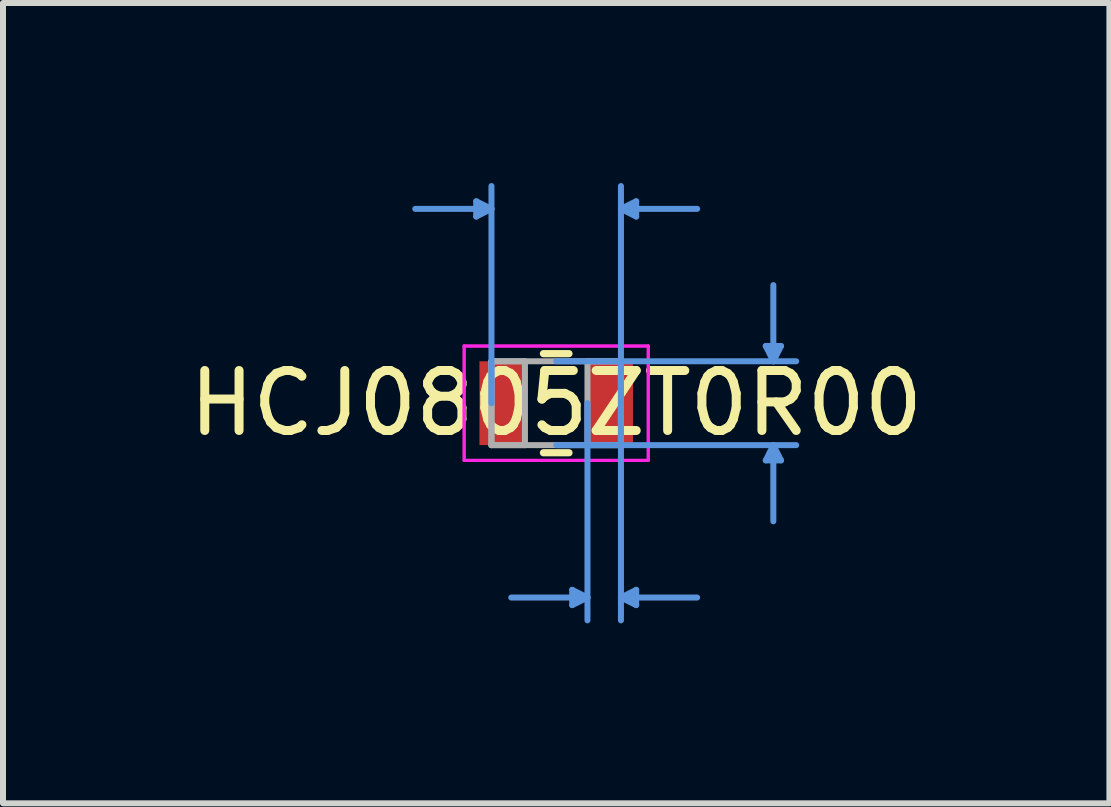
<source format=kicad_pcb>
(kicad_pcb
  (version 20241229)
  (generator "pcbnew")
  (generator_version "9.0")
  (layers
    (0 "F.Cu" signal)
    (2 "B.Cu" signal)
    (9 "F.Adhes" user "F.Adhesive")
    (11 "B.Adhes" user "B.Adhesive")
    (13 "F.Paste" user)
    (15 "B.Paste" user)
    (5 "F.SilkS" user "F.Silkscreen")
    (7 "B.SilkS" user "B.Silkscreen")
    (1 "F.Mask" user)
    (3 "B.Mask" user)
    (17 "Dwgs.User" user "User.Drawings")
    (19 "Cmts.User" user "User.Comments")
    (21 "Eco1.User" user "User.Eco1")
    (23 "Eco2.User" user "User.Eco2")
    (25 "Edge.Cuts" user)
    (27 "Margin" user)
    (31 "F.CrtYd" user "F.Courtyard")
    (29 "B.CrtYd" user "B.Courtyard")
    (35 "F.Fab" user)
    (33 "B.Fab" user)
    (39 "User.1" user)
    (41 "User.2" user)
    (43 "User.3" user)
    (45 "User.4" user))
  (footprint "HCJ0805ZT0R00"
    (layer "F.Cu")
    (at 6.22 3.67)
    (property "Reference" "HCJ0805ZT0R00" (at 0 0 0) (layer "F.SilkS") (effects (font (size 1 1) (thickness 0.15))))
    (attr through_hole)
    (fp_line (start -0.213 0.826) (end 0.213 0.826) (stroke (width 0.12) (type solid)) (layer "F.SilkS"))
    (fp_line (start 0.213 -0.826) (end -0.213 -0.826) (stroke (width 0.12) (type solid)) (layer "F.SilkS"))
    (fp_line (start -1.333 -3.365) (end -1.333 -3.111) (stroke (width 0.1) (type solid)) (layer "Cmts.User"))
    (fp_line (start -1.079 -3.239) (end -2.349 -3.239) (stroke (width 0.1) (type solid)) (layer "Cmts.User"))
    (fp_line (start -1.079 -3.239) (end -1.333 -3.365) (stroke (width 0.1) (type solid)) (layer "Cmts.User"))
    (fp_line (start -1.079 -3.239) (end -1.333 -3.111) (stroke (width 0.1) (type solid)) (layer "Cmts.User"))
    (fp_line (start -1.079 0) (end -1.079 -3.619) (stroke (width 0.1) (type solid)) (layer "Cmts.User"))
    (fp_line (start 0 -0.699) (end 4 -0.699) (stroke (width 0.1) (type solid)) (layer "Cmts.User"))
    (fp_line (start 0 0.699) (end 4 0.699) (stroke (width 0.1) (type solid)) (layer "Cmts.User"))
    (fp_line (start 0.267 3.111) (end 0.267 3.365) (stroke (width 0.1) (type solid)) (layer "Cmts.User"))
    (fp_line (start 0.521 0) (end 0.521 3.619) (stroke (width 0.1) (type solid)) (layer "Cmts.User"))
    (fp_line (start 0.521 3.239) (end -0.749 3.239) (stroke (width 0.1) (type solid)) (layer "Cmts.User"))
    (fp_line (start 0.521 3.239) (end 0.267 3.111) (stroke (width 0.1) (type solid)) (layer "Cmts.User"))
    (fp_line (start 0.521 3.239) (end 0.267 3.365) (stroke (width 0.1) (type solid)) (layer "Cmts.User"))
    (fp_line (start 1.079 -3.239) (end 1.333 -3.365) (stroke (width 0.1) (type solid)) (layer "Cmts.User"))
    (fp_line (start 1.079 -3.239) (end 1.333 -3.111) (stroke (width 0.1) (type solid)) (layer "Cmts.User"))
    (fp_line (start 1.079 -3.239) (end 2.349 -3.239) (stroke (width 0.1) (type solid)) (layer "Cmts.User"))
    (fp_line (start 1.079 0) (end 1.079 -3.619) (stroke (width 0.1) (type solid)) (layer "Cmts.User"))
    (fp_line (start 1.079 0) (end 1.079 3.619) (stroke (width 0.1) (type solid)) (layer "Cmts.User"))
    (fp_line (start 1.079 3.239) (end 1.333 3.111) (stroke (width 0.1) (type solid)) (layer "Cmts.User"))
    (fp_line (start 1.079 3.239) (end 1.333 3.365) (stroke (width 0.1) (type solid)) (layer "Cmts.User"))
    (fp_line (start 1.079 3.239) (end 2.349 3.239) (stroke (width 0.1) (type solid)) (layer "Cmts.User"))
    (fp_line (start 1.333 -3.365) (end 1.333 -3.111) (stroke (width 0.1) (type solid)) (layer "Cmts.User"))
    (fp_line (start 1.333 3.111) (end 1.333 3.365) (stroke (width 0.1) (type solid)) (layer "Cmts.User"))
    (fp_line (start 3.493 -0.953) (end 3.747 -0.953) (stroke (width 0.1) (type solid)) (layer "Cmts.User"))
    (fp_line (start 3.493 0.953) (end 3.747 0.953) (stroke (width 0.1) (type solid)) (layer "Cmts.User"))
    (fp_line (start 3.619 -0.699) (end 3.493 -0.953) (stroke (width 0.1) (type solid)) (layer "Cmts.User"))
    (fp_line (start 3.619 -0.699) (end 3.619 -1.968) (stroke (width 0.1) (type solid)) (layer "Cmts.User"))
    (fp_line (start 3.619 -0.699) (end 3.747 -0.953) (stroke (width 0.1) (type solid)) (layer "Cmts.User"))
    (fp_line (start 3.619 0.699) (end 3.493 0.953) (stroke (width 0.1) (type solid)) (layer "Cmts.User"))
    (fp_line (start 3.619 0.699) (end 3.619 1.968) (stroke (width 0.1) (type solid)) (layer "Cmts.User"))
    (fp_line (start 3.619 0.699) (end 3.747 0.953) (stroke (width 0.1) (type solid)) (layer "Cmts.User"))
    (fp_line (start -1.534 -0.953) (end 1.534 -0.953) (stroke (width 0.05) (type solid)) (layer "F.CrtYd"))
    (fp_line (start -1.534 -0.953) (end 1.534 -0.953) (stroke (width 0.05) (type solid)) (layer "F.CrtYd"))
    (fp_line (start -1.534 0.953) (end -1.534 -0.953) (stroke (width 0.05) (type solid)) (layer "F.CrtYd"))
    (fp_line (start -1.534 0.953) (end -1.534 -0.953) (stroke (width 0.05) (type solid)) (layer "F.CrtYd"))
    (fp_line (start 1.534 -0.953) (end 1.534 0.953) (stroke (width 0.05) (type solid)) (layer "F.CrtYd"))
    (fp_line (start 1.534 -0.953) (end 1.534 0.953) (stroke (width 0.05) (type solid)) (layer "F.CrtYd"))
    (fp_line (start 1.534 0.953) (end -1.534 0.953) (stroke (width 0.05) (type solid)) (layer "F.CrtYd"))
    (fp_line (start 1.534 0.953) (end -1.534 0.953) (stroke (width 0.05) (type solid)) (layer "F.CrtYd"))
    (fp_line (start -1.079 -0.699) (end -1.079 0.699) (stroke (width 0.1) (type solid)) (layer "F.Fab"))
    (fp_line (start -1.079 -0.699) (end -1.079 0.699) (stroke (width 0.1) (type solid)) (layer "F.Fab"))
    (fp_line (start -1.079 0.699) (end -0.521 0.699) (stroke (width 0.1) (type solid)) (layer "F.Fab"))
    (fp_line (start -1.079 0.699) (end 1.079 0.699) (stroke (width 0.1) (type solid)) (layer "F.Fab"))
    (fp_line (start -0.521 -0.699) (end -1.079 -0.699) (stroke (width 0.1) (type solid)) (layer "F.Fab"))
    (fp_line (start -0.521 0.699) (end -0.521 -0.699) (stroke (width 0.1) (type solid)) (layer "F.Fab"))
    (fp_line (start 0.521 -0.699) (end 0.521 0.699) (stroke (width 0.1) (type solid)) (layer "F.Fab"))
    (fp_line (start 0.521 0.699) (end 1.079 0.699) (stroke (width 0.1) (type solid)) (layer "F.Fab"))
    (fp_line (start 1.079 -0.699) (end -1.079 -0.699) (stroke (width 0.1) (type solid)) (layer "F.Fab"))
    (fp_line (start 1.079 -0.699) (end 0.521 -0.699) (stroke (width 0.1) (type solid)) (layer "F.Fab"))
    (fp_line (start 1.079 0.699) (end 1.079 -0.699) (stroke (width 0.1) (type solid)) (layer "F.Fab"))
    (fp_line (start 1.079 0.699) (end 1.079 -0.699) (stroke (width 0.1) (type solid)) (layer "F.Fab"))
    (pad "1" smd rect (at -0.9 0) (size 0.759 1.397) (layers "F.Cu" "F.Mask" "F.Paste"))
    (pad "2" smd rect (at 0.9 0) (size 0.759 1.397) (layers "F.Cu" "F.Mask" "F.Paste")))
  (gr_rect
    (start -3 -3)
    (end 15.44 10.339)
    (stroke (width 0.1) (type default))
    (fill no)
    (layer "Edge.Cuts")))
</source>
